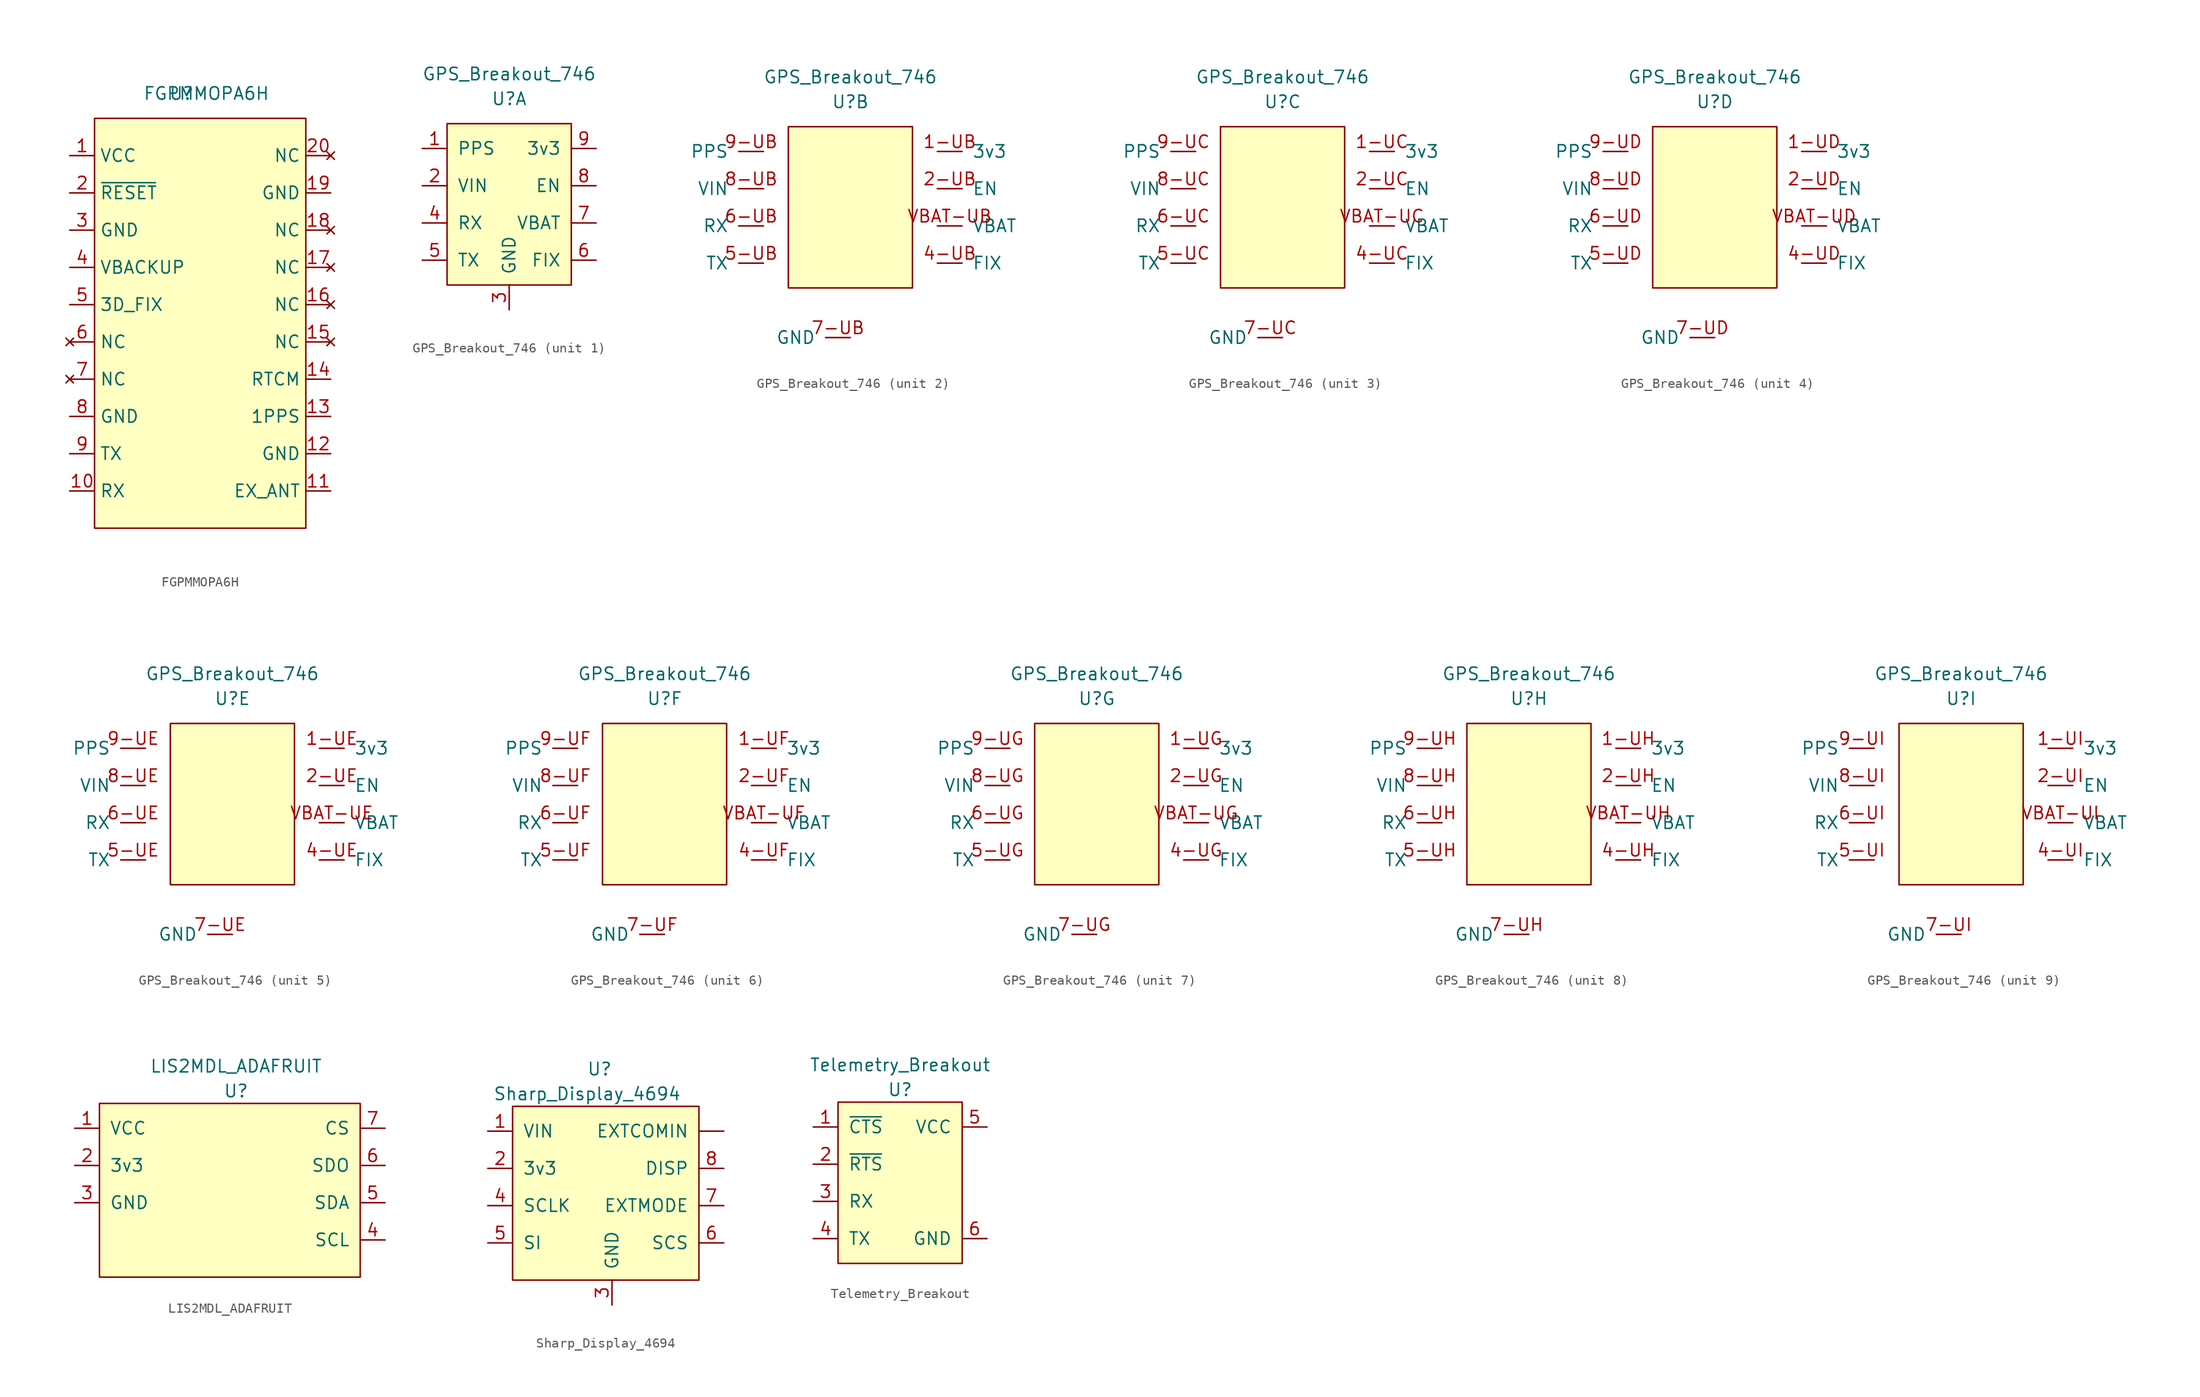
<source format=kicad_sym>
(kicad_symbol_lib
  (version 20211014)
  (generator kicad_symbol_editor)
  (symbol "FGPMMOPA6H"
    (property "Reference" "U"
      (at 0 0 0)
      (effects (font (size 1.27 1.27))))
    (property "Value" "FGPMMOPA6H"
      (at 2.54 0 0)
      (effects (font (size 1.27 1.27))))
    (symbol "FGPMMOPA6H_0_1"
      (rectangle (start -8.89 -2.54) (end 12.7 -44.45) (stroke (width 0) (type default) (color 0 0 0 0)) (fill (type background))))
    (symbol "FGPMMOPA6H_1_1"
      (pin power_in line (at -11.43 -6.35 0) (length 2.54) (name "VCC" (effects (font (size 1.27 1.27)))) (number "1" (effects (font (size 1.27 1.27)))))
      (pin input line (at -11.43 -40.64 0) (length 2.54) (name "RX" (effects (font (size 1.27 1.27)))) (number "10" (effects (font (size 1.27 1.27)))))
      (pin input line (at 15.24 -40.64 180) (length 2.54) (name "EX_ANT" (effects (font (size 1.27 1.27)))) (number "11" (effects (font (size 1.27 1.27)))))
      (pin power_in line (at 15.24 -36.83 180) (length 2.54) (name "GND" (effects (font (size 1.27 1.27)))) (number "12" (effects (font (size 1.27 1.27)))))
      (pin output line (at 15.24 -33.02 180) (length 2.54) (name "1PPS" (effects (font (size 1.27 1.27)))) (number "13" (effects (font (size 1.27 1.27)))))
      (pin input line (at 15.24 -29.21 180) (length 2.54) (name "RTCM" (effects (font (size 1.27 1.27)))) (number "14" (effects (font (size 1.27 1.27)))))
      (pin no_connect line (at 15.24 -25.4 180) (length 2.54) (name "NC" (effects (font (size 1.27 1.27)))) (number "15" (effects (font (size 1.27 1.27)))))
      (pin no_connect line (at 15.24 -21.59 180) (length 2.54) (name "NC" (effects (font (size 1.27 1.27)))) (number "16" (effects (font (size 1.27 1.27)))))
      (pin no_connect line (at 15.24 -17.78 180) (length 2.54) (name "NC" (effects (font (size 1.27 1.27)))) (number "17" (effects (font (size 1.27 1.27)))))
      (pin no_connect line (at 15.24 -13.97 180) (length 2.54) (name "NC" (effects (font (size 1.27 1.27)))) (number "18" (effects (font (size 1.27 1.27)))))
      (pin power_in line (at 15.24 -10.16 180) (length 2.54) (name "GND" (effects (font (size 1.27 1.27)))) (number "19" (effects (font (size 1.27 1.27)))))
      (pin input line (at -11.43 -10.16 0) (length 2.54) (name "~{RESET}" (effects (font (size 1.27 1.27)))) (number "2" (effects (font (size 1.27 1.27)))))
      (pin no_connect line (at 15.24 -6.35 180) (length 2.54) (name "NC" (effects (font (size 1.27 1.27)))) (number "20" (effects (font (size 1.27 1.27)))))
      (pin power_in line (at -11.43 -13.97 0) (length 2.54) (name "GND" (effects (font (size 1.27 1.27)))) (number "3" (effects (font (size 1.27 1.27)))))
      (pin power_in line (at -11.43 -17.78 0) (length 2.54) (name "VBACKUP" (effects (font (size 1.27 1.27)))) (number "4" (effects (font (size 1.27 1.27)))))
      (pin output line (at -11.43 -21.59 0) (length 2.54) (name "3D_FIX" (effects (font (size 1.27 1.27)))) (number "5" (effects (font (size 1.27 1.27)))))
      (pin no_connect line (at -11.43 -25.4 0) (length 2.54) (name "NC" (effects (font (size 1.27 1.27)))) (number "6" (effects (font (size 1.27 1.27)))))
      (pin no_connect line (at -11.43 -29.21 0) (length 2.54) (name "NC" (effects (font (size 1.27 1.27)))) (number "7" (effects (font (size 1.27 1.27)))))
      (pin power_in line (at -11.43 -33.02 0) (length 2.54) (name "GND" (effects (font (size 1.27 1.27)))) (number "8" (effects (font (size 1.27 1.27)))))
      (pin output line (at -11.43 -36.83 0) (length 2.54) (name "TX" (effects (font (size 1.27 1.27)))) (number "9" (effects (font (size 1.27 1.27)))))))
  (symbol "GPS_Breakout_746"
    (pin_names
      (offset 1.016))
    (property "Reference" "U"
      (at 0 1.27 0)
      (effects (font (size 1.27 1.27))))
    (property "Value" "GPS_Breakout_746"
      (at 0 3.81 0)
      (effects (font (size 1.27 1.27))))
    (symbol "GPS_Breakout_746_0_1"
      (rectangle (start -6.35 -1.27) (end 6.35 -17.78) (stroke (width 0) (type default) (color 0 0 0 0)) (fill (type background))))
    (symbol "GPS_Breakout_746_1_1"
      (pin output line (at -8.89 -3.81 0) (length 2.54) (name "PPS" (effects (font (size 1.27 1.27)))) (number "1" (effects (font (size 1.27 1.27)))))
      (pin power_in line (at -8.89 -7.62 0) (length 2.54) (name "VIN" (effects (font (size 1.27 1.27)))) (number "2" (effects (font (size 1.27 1.27)))))
      (pin power_in line (at 0 -20.32 90) (length 2.54) (name "GND" (effects (font (size 1.27 1.27)))) (number "3" (effects (font (size 1.27 1.27)))))
      (pin input line (at -8.89 -11.43 0) (length 2.54) (name "RX" (effects (font (size 1.27 1.27)))) (number "4" (effects (font (size 1.27 1.27)))))
      (pin output line (at -8.89 -15.24 0) (length 2.54) (name "TX" (effects (font (size 1.27 1.27)))) (number "5" (effects (font (size 1.27 1.27)))))
      (pin output line (at 8.89 -15.24 180) (length 2.54) (name "FIX" (effects (font (size 1.27 1.27)))) (number "6" (effects (font (size 1.27 1.27)))))
      (pin power_in line (at 8.89 -11.43 180) (length 2.54) (name "VBAT" (effects (font (size 1.27 1.27)))) (number "7" (effects (font (size 1.27 1.27)))))
      (pin input line (at 8.89 -7.62 180) (length 2.54) (name "EN" (effects (font (size 1.27 1.27)))) (number "8" (effects (font (size 1.27 1.27)))))
      (pin power_in line (at 8.89 -3.81 180) (length 2.54) (name "3v3" (effects (font (size 1.27 1.27)))) (number "9" (effects (font (size 1.27 1.27))))))
    (symbol "GPS_Breakout_746_2_1"
      (pin power_in line (at 8.89 -3.81 0) (length 2.54) (name "3v3" (effects (font (size 1.27 1.27)))) (number "1-UB" (effects (font (size 1.27 1.27)))))
      (pin input line (at 8.89 -7.62 0) (length 2.54) (name "EN" (effects (font (size 1.27 1.27)))) (number "2-UB" (effects (font (size 1.27 1.27)))))
      (pin output line (at 8.89 -15.24 0) (length 2.54) (name "FIX" (effects (font (size 1.27 1.27)))) (number "4-UB" (effects (font (size 1.27 1.27)))))
      (pin output line (at -8.89 -15.24 180) (length 2.54) (name "TX" (effects (font (size 1.27 1.27)))) (number "5-UB" (effects (font (size 1.27 1.27)))))
      (pin input line (at -8.89 -11.43 180) (length 2.54) (name "RX" (effects (font (size 1.27 1.27)))) (number "6-UB" (effects (font (size 1.27 1.27)))))
      (pin power_in line (at 0 -22.86 180) (length 2.54) (name "GND" (effects (font (size 1.27 1.27)))) (number "7-UB" (effects (font (size 1.27 1.27)))))
      (pin power_in line (at -8.89 -7.62 180) (length 2.54) (name "VIN" (effects (font (size 1.27 1.27)))) (number "8-UB" (effects (font (size 1.27 1.27)))))
      (pin output line (at -8.89 -3.81 180) (length 2.54) (name "PPS" (effects (font (size 1.27 1.27)))) (number "9-UB" (effects (font (size 1.27 1.27)))))
      (pin power_in line (at 8.89 -11.43 0) (length 2.54) (name "VBAT" (effects (font (size 1.27 1.27)))) (number "VBAT-UB" (effects (font (size 1.27 1.27))))))
    (symbol "GPS_Breakout_746_3_1"
      (pin power_in line (at 8.89 -3.81 0) (length 2.54) (name "3v3" (effects (font (size 1.27 1.27)))) (number "1-UC" (effects (font (size 1.27 1.27)))))
      (pin input line (at 8.89 -7.62 0) (length 2.54) (name "EN" (effects (font (size 1.27 1.27)))) (number "2-UC" (effects (font (size 1.27 1.27)))))
      (pin output line (at 8.89 -15.24 0) (length 2.54) (name "FIX" (effects (font (size 1.27 1.27)))) (number "4-UC" (effects (font (size 1.27 1.27)))))
      (pin output line (at -8.89 -15.24 180) (length 2.54) (name "TX" (effects (font (size 1.27 1.27)))) (number "5-UC" (effects (font (size 1.27 1.27)))))
      (pin input line (at -8.89 -11.43 180) (length 2.54) (name "RX" (effects (font (size 1.27 1.27)))) (number "6-UC" (effects (font (size 1.27 1.27)))))
      (pin power_in line (at 0 -22.86 180) (length 2.54) (name "GND" (effects (font (size 1.27 1.27)))) (number "7-UC" (effects (font (size 1.27 1.27)))))
      (pin power_in line (at -8.89 -7.62 180) (length 2.54) (name "VIN" (effects (font (size 1.27 1.27)))) (number "8-UC" (effects (font (size 1.27 1.27)))))
      (pin output line (at -8.89 -3.81 180) (length 2.54) (name "PPS" (effects (font (size 1.27 1.27)))) (number "9-UC" (effects (font (size 1.27 1.27)))))
      (pin power_in line (at 8.89 -11.43 0) (length 2.54) (name "VBAT" (effects (font (size 1.27 1.27)))) (number "VBAT-UC" (effects (font (size 1.27 1.27))))))
    (symbol "GPS_Breakout_746_4_1"
      (pin power_in line (at 8.89 -3.81 0) (length 2.54) (name "3v3" (effects (font (size 1.27 1.27)))) (number "1-UD" (effects (font (size 1.27 1.27)))))
      (pin input line (at 8.89 -7.62 0) (length 2.54) (name "EN" (effects (font (size 1.27 1.27)))) (number "2-UD" (effects (font (size 1.27 1.27)))))
      (pin output line (at 8.89 -15.24 0) (length 2.54) (name "FIX" (effects (font (size 1.27 1.27)))) (number "4-UD" (effects (font (size 1.27 1.27)))))
      (pin output line (at -8.89 -15.24 180) (length 2.54) (name "TX" (effects (font (size 1.27 1.27)))) (number "5-UD" (effects (font (size 1.27 1.27)))))
      (pin input line (at -8.89 -11.43 180) (length 2.54) (name "RX" (effects (font (size 1.27 1.27)))) (number "6-UD" (effects (font (size 1.27 1.27)))))
      (pin power_in line (at 0 -22.86 180) (length 2.54) (name "GND" (effects (font (size 1.27 1.27)))) (number "7-UD" (effects (font (size 1.27 1.27)))))
      (pin power_in line (at -8.89 -7.62 180) (length 2.54) (name "VIN" (effects (font (size 1.27 1.27)))) (number "8-UD" (effects (font (size 1.27 1.27)))))
      (pin output line (at -8.89 -3.81 180) (length 2.54) (name "PPS" (effects (font (size 1.27 1.27)))) (number "9-UD" (effects (font (size 1.27 1.27)))))
      (pin power_in line (at 8.89 -11.43 0) (length 2.54) (name "VBAT" (effects (font (size 1.27 1.27)))) (number "VBAT-UD" (effects (font (size 1.27 1.27))))))
    (symbol "GPS_Breakout_746_5_1"
      (pin power_in line (at 8.89 -3.81 0) (length 2.54) (name "3v3" (effects (font (size 1.27 1.27)))) (number "1-UE" (effects (font (size 1.27 1.27)))))
      (pin input line (at 8.89 -7.62 0) (length 2.54) (name "EN" (effects (font (size 1.27 1.27)))) (number "2-UE" (effects (font (size 1.27 1.27)))))
      (pin output line (at 8.89 -15.24 0) (length 2.54) (name "FIX" (effects (font (size 1.27 1.27)))) (number "4-UE" (effects (font (size 1.27 1.27)))))
      (pin output line (at -8.89 -15.24 180) (length 2.54) (name "TX" (effects (font (size 1.27 1.27)))) (number "5-UE" (effects (font (size 1.27 1.27)))))
      (pin input line (at -8.89 -11.43 180) (length 2.54) (name "RX" (effects (font (size 1.27 1.27)))) (number "6-UE" (effects (font (size 1.27 1.27)))))
      (pin power_in line (at 0 -22.86 180) (length 2.54) (name "GND" (effects (font (size 1.27 1.27)))) (number "7-UE" (effects (font (size 1.27 1.27)))))
      (pin power_in line (at -8.89 -7.62 180) (length 2.54) (name "VIN" (effects (font (size 1.27 1.27)))) (number "8-UE" (effects (font (size 1.27 1.27)))))
      (pin output line (at -8.89 -3.81 180) (length 2.54) (name "PPS" (effects (font (size 1.27 1.27)))) (number "9-UE" (effects (font (size 1.27 1.27)))))
      (pin power_in line (at 8.89 -11.43 0) (length 2.54) (name "VBAT" (effects (font (size 1.27 1.27)))) (number "VBAT-UE" (effects (font (size 1.27 1.27))))))
    (symbol "GPS_Breakout_746_6_1"
      (pin power_in line (at 8.89 -3.81 0) (length 2.54) (name "3v3" (effects (font (size 1.27 1.27)))) (number "1-UF" (effects (font (size 1.27 1.27)))))
      (pin input line (at 8.89 -7.62 0) (length 2.54) (name "EN" (effects (font (size 1.27 1.27)))) (number "2-UF" (effects (font (size 1.27 1.27)))))
      (pin output line (at 8.89 -15.24 0) (length 2.54) (name "FIX" (effects (font (size 1.27 1.27)))) (number "4-UF" (effects (font (size 1.27 1.27)))))
      (pin output line (at -8.89 -15.24 180) (length 2.54) (name "TX" (effects (font (size 1.27 1.27)))) (number "5-UF" (effects (font (size 1.27 1.27)))))
      (pin input line (at -8.89 -11.43 180) (length 2.54) (name "RX" (effects (font (size 1.27 1.27)))) (number "6-UF" (effects (font (size 1.27 1.27)))))
      (pin power_in line (at 0 -22.86 180) (length 2.54) (name "GND" (effects (font (size 1.27 1.27)))) (number "7-UF" (effects (font (size 1.27 1.27)))))
      (pin power_in line (at -8.89 -7.62 180) (length 2.54) (name "VIN" (effects (font (size 1.27 1.27)))) (number "8-UF" (effects (font (size 1.27 1.27)))))
      (pin output line (at -8.89 -3.81 180) (length 2.54) (name "PPS" (effects (font (size 1.27 1.27)))) (number "9-UF" (effects (font (size 1.27 1.27)))))
      (pin power_in line (at 8.89 -11.43 0) (length 2.54) (name "VBAT" (effects (font (size 1.27 1.27)))) (number "VBAT-UF" (effects (font (size 1.27 1.27))))))
    (symbol "GPS_Breakout_746_7_1"
      (pin power_in line (at 8.89 -3.81 0) (length 2.54) (name "3v3" (effects (font (size 1.27 1.27)))) (number "1-UG" (effects (font (size 1.27 1.27)))))
      (pin input line (at 8.89 -7.62 0) (length 2.54) (name "EN" (effects (font (size 1.27 1.27)))) (number "2-UG" (effects (font (size 1.27 1.27)))))
      (pin output line (at 8.89 -15.24 0) (length 2.54) (name "FIX" (effects (font (size 1.27 1.27)))) (number "4-UG" (effects (font (size 1.27 1.27)))))
      (pin output line (at -8.89 -15.24 180) (length 2.54) (name "TX" (effects (font (size 1.27 1.27)))) (number "5-UG" (effects (font (size 1.27 1.27)))))
      (pin input line (at -8.89 -11.43 180) (length 2.54) (name "RX" (effects (font (size 1.27 1.27)))) (number "6-UG" (effects (font (size 1.27 1.27)))))
      (pin power_in line (at 0 -22.86 180) (length 2.54) (name "GND" (effects (font (size 1.27 1.27)))) (number "7-UG" (effects (font (size 1.27 1.27)))))
      (pin power_in line (at -8.89 -7.62 180) (length 2.54) (name "VIN" (effects (font (size 1.27 1.27)))) (number "8-UG" (effects (font (size 1.27 1.27)))))
      (pin output line (at -8.89 -3.81 180) (length 2.54) (name "PPS" (effects (font (size 1.27 1.27)))) (number "9-UG" (effects (font (size 1.27 1.27)))))
      (pin power_in line (at 8.89 -11.43 0) (length 2.54) (name "VBAT" (effects (font (size 1.27 1.27)))) (number "VBAT-UG" (effects (font (size 1.27 1.27))))))
    (symbol "GPS_Breakout_746_8_1"
      (pin power_in line (at 8.89 -3.81 0) (length 2.54) (name "3v3" (effects (font (size 1.27 1.27)))) (number "1-UH" (effects (font (size 1.27 1.27)))))
      (pin input line (at 8.89 -7.62 0) (length 2.54) (name "EN" (effects (font (size 1.27 1.27)))) (number "2-UH" (effects (font (size 1.27 1.27)))))
      (pin output line (at 8.89 -15.24 0) (length 2.54) (name "FIX" (effects (font (size 1.27 1.27)))) (number "4-UH" (effects (font (size 1.27 1.27)))))
      (pin output line (at -8.89 -15.24 180) (length 2.54) (name "TX" (effects (font (size 1.27 1.27)))) (number "5-UH" (effects (font (size 1.27 1.27)))))
      (pin input line (at -8.89 -11.43 180) (length 2.54) (name "RX" (effects (font (size 1.27 1.27)))) (number "6-UH" (effects (font (size 1.27 1.27)))))
      (pin power_in line (at 0 -22.86 180) (length 2.54) (name "GND" (effects (font (size 1.27 1.27)))) (number "7-UH" (effects (font (size 1.27 1.27)))))
      (pin power_in line (at -8.89 -7.62 180) (length 2.54) (name "VIN" (effects (font (size 1.27 1.27)))) (number "8-UH" (effects (font (size 1.27 1.27)))))
      (pin output line (at -8.89 -3.81 180) (length 2.54) (name "PPS" (effects (font (size 1.27 1.27)))) (number "9-UH" (effects (font (size 1.27 1.27)))))
      (pin power_in line (at 8.89 -11.43 0) (length 2.54) (name "VBAT" (effects (font (size 1.27 1.27)))) (number "VBAT-UH" (effects (font (size 1.27 1.27))))))
    (symbol "GPS_Breakout_746_9_1"
      (pin power_in line (at 8.89 -3.81 0) (length 2.54) (name "3v3" (effects (font (size 1.27 1.27)))) (number "1-UI" (effects (font (size 1.27 1.27)))))
      (pin input line (at 8.89 -7.62 0) (length 2.54) (name "EN" (effects (font (size 1.27 1.27)))) (number "2-UI" (effects (font (size 1.27 1.27)))))
      (pin output line (at 8.89 -15.24 0) (length 2.54) (name "FIX" (effects (font (size 1.27 1.27)))) (number "4-UI" (effects (font (size 1.27 1.27)))))
      (pin output line (at -8.89 -15.24 180) (length 2.54) (name "TX" (effects (font (size 1.27 1.27)))) (number "5-UI" (effects (font (size 1.27 1.27)))))
      (pin input line (at -8.89 -11.43 180) (length 2.54) (name "RX" (effects (font (size 1.27 1.27)))) (number "6-UI" (effects (font (size 1.27 1.27)))))
      (pin power_in line (at 0 -22.86 180) (length 2.54) (name "GND" (effects (font (size 1.27 1.27)))) (number "7-UI" (effects (font (size 1.27 1.27)))))
      (pin power_in line (at -8.89 -7.62 180) (length 2.54) (name "VIN" (effects (font (size 1.27 1.27)))) (number "8-UI" (effects (font (size 1.27 1.27)))))
      (pin output line (at -8.89 -3.81 180) (length 2.54) (name "PPS" (effects (font (size 1.27 1.27)))) (number "9-UI" (effects (font (size 1.27 1.27)))))
      (pin power_in line (at 8.89 -11.43 0) (length 2.54) (name "VBAT" (effects (font (size 1.27 1.27)))) (number "VBAT-UI" (effects (font (size 1.27 1.27)))))))
  (symbol "LIS2MDL_ADAFRUIT"
    (pin_names
      (offset 1.016))
    (property "Reference" "U"
      (at 0 -2.54 0)
      (effects (font (size 1.27 1.27))))
    (property "Value" "LIS2MDL_ADAFRUIT"
      (at 0 0 0)
      (effects (font (size 1.27 1.27))))
    (symbol "LIS2MDL_ADAFRUIT_0_1"
      (rectangle (start -13.97 -3.81) (end 12.7 -21.59) (stroke (width 0) (type default) (color 0 0 0 0)) (fill (type background))))
    (symbol "LIS2MDL_ADAFRUIT_1_1"
      (pin power_in line (at -16.51 -6.35 0) (length 2.54) (name "VCC" (effects (font (size 1.27 1.27)))) (number "1" (effects (font (size 1.27 1.27)))))
      (pin power_out line (at -16.51 -10.16 0) (length 2.54) (name "3v3" (effects (font (size 1.27 1.27)))) (number "2" (effects (font (size 1.27 1.27)))))
      (pin power_in line (at -16.51 -13.97 0) (length 2.54) (name "GND" (effects (font (size 1.27 1.27)))) (number "3" (effects (font (size 1.27 1.27)))))
      (pin input line (at 15.24 -17.78 180) (length 2.54) (name "SCL" (effects (font (size 1.27 1.27)))) (number "4" (effects (font (size 1.27 1.27)))))
      (pin open_collector line (at 15.24 -13.97 180) (length 2.54) (name "SDA" (effects (font (size 1.27 1.27)))) (number "5" (effects (font (size 1.27 1.27)))))
      (pin input line (at 15.24 -10.16 180) (length 2.54) (name "SDO" (effects (font (size 1.27 1.27)))) (number "6" (effects (font (size 1.27 1.27)))))
      (pin input line (at 15.24 -6.35 180) (length 2.54) (name "CS" (effects (font (size 1.27 1.27)))) (number "7" (effects (font (size 1.27 1.27)))))))
  (symbol "Sharp_Display_4694"
    (pin_names
      (offset 1.016))
    (property "Reference" "U"
      (at 5.08 2.54 0)
      (effects (font (size 1.27 1.27))))
    (property "Value" "Sharp_Display_4694"
      (at 3.81 0 0)
      (effects (font (size 1.27 1.27))))
    (symbol "Sharp_Display_4694_0_1"
      (rectangle (start -3.81 -1.27) (end 15.24 -19.05) (stroke (width 0) (type default) (color 0 0 0 0)) (fill (type background))))
    (symbol "Sharp_Display_4694_1_1"
      (pin power_in line (at -6.35 -3.81 0) (length 2.54) (name "VIN" (effects (font (size 1.27 1.27)))) (number "1" (effects (font (size 1.27 1.27)))))
      (pin power_out line (at -6.35 -7.62 0) (length 2.54) (name "3v3" (effects (font (size 1.27 1.27)))) (number "2" (effects (font (size 1.27 1.27)))))
      (pin power_in line (at 6.35 -21.59 90) (length 2.54) (name "GND" (effects (font (size 1.27 1.27)))) (number "3" (effects (font (size 1.27 1.27)))))
      (pin input line (at -6.35 -11.43 0) (length 2.54) (name "SCLK" (effects (font (size 1.27 1.27)))) (number "4" (effects (font (size 1.27 1.27)))))
      (pin input line (at -6.35 -15.24 0) (length 2.54) (name "SI" (effects (font (size 1.27 1.27)))) (number "5" (effects (font (size 1.27 1.27)))))
      (pin input line (at 17.78 -15.24 180) (length 2.54) (name "SCS" (effects (font (size 1.27 1.27)))) (number "6" (effects (font (size 1.27 1.27)))))
      (pin input line (at 17.78 -11.43 180) (length 2.54) (name "EXTMODE" (effects (font (size 1.27 1.27)))) (number "7" (effects (font (size 1.27 1.27)))))
      (pin input line (at 17.78 -7.62 180) (length 2.54) (name "DISP" (effects (font (size 1.27 1.27)))) (number "8" (effects (font (size 1.27 1.27)))))
      (pin input line (at 17.78 -3.81 180) (length 2.54) (name "EXTCOMIN" (effects (font (size 1.27 1.27)))) (number "~" (effects (font (size 1.27 1.27)))))))
  (symbol "Telemetry_Breakout"
    (pin_names
      (offset 1.016))
    (property "Reference" "U"
      (at 0 -1.27 0)
      (effects (font (size 1.27 1.27))))
    (property "Value" "Telemetry_Breakout"
      (at 0 1.27 0)
      (effects (font (size 1.27 1.27))))
    (symbol "Telemetry_Breakout_0_1"
      (rectangle (start -6.35 -2.54) (end 6.35 -19.05) (stroke (width 0) (type default) (color 0 0 0 0)) (fill (type background))))
    (symbol "Telemetry_Breakout_1_1"
      (pin input line (at -8.89 -5.08 0) (length 2.54) (name "~{CTS}" (effects (font (size 1.27 1.27)))) (number "1" (effects (font (size 1.27 1.27)))))
      (pin output line (at -8.89 -8.89 0) (length 2.54) (name "~{RTS}" (effects (font (size 1.27 1.27)))) (number "2" (effects (font (size 1.27 1.27)))))
      (pin input line (at -8.89 -12.7 0) (length 2.54) (name "RX" (effects (font (size 1.27 1.27)))) (number "3" (effects (font (size 1.27 1.27)))))
      (pin output line (at -8.89 -16.51 0) (length 2.54) (name "TX" (effects (font (size 1.27 1.27)))) (number "4" (effects (font (size 1.27 1.27)))))
      (pin power_in line (at 8.89 -5.08 180) (length 2.54) (name "VCC" (effects (font (size 1.27 1.27)))) (number "5" (effects (font (size 1.27 1.27)))))
      (pin power_in line (at 8.89 -16.51 180) (length 2.54) (name "GND" (effects (font (size 1.27 1.27)))) (number "6" (effects (font (size 1.27 1.27))))))))
</source>
